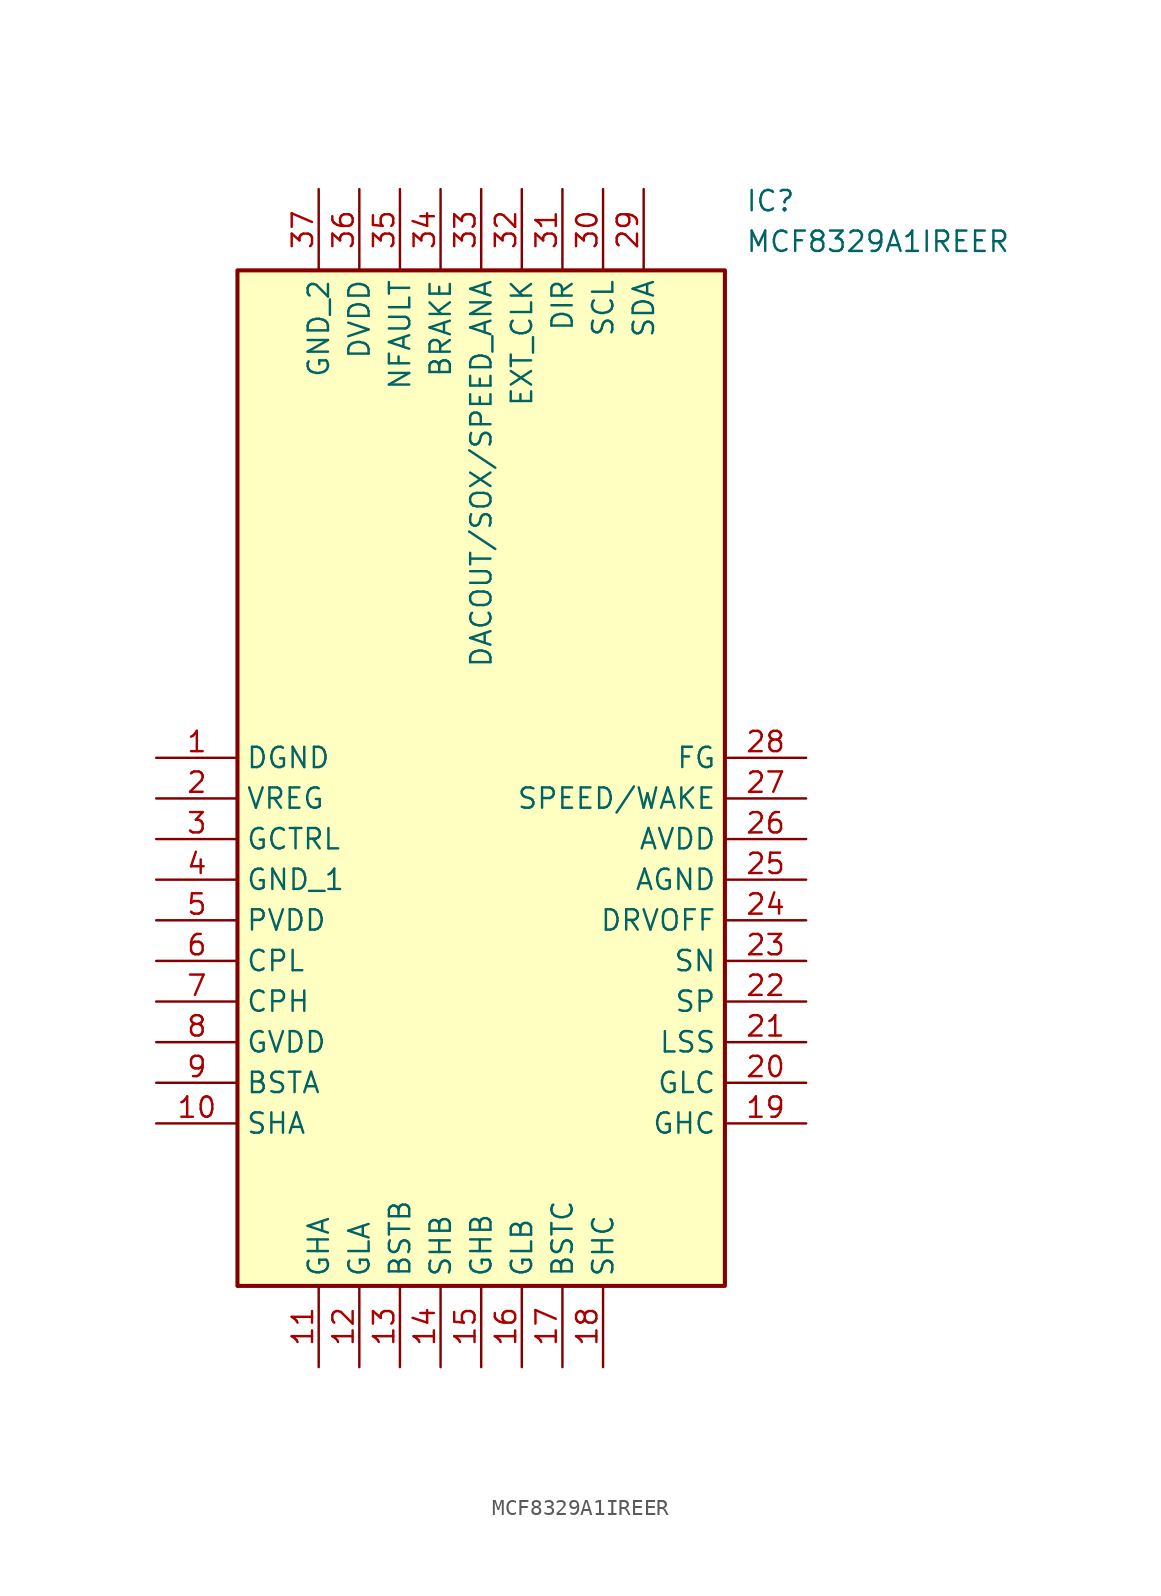
<source format=kicad_sym>
(kicad_symbol_lib
  (version 20211014)
  (generator SamacSys_ECAD_Model)
  (symbol "MCF8329A1IREER"
    (property "Reference" "IC"
      (at 36.83 35.56 0)
      (effects (font (size 1.27 1.27)) (justify left top)))
    (property "Value" "MCF8329A1IREER"
      (at 36.83 33.02 0)
      (effects (font (size 1.27 1.27)) (justify left top)))
    (rectangle
      (start 5.08 30.48)
      (end 35.56 -33.02)
      (stroke (width 0.254) (type default))
      (fill (type background)))
    (pin passive line
      (at 0 0 0)
      (length 5.08)
      (name "DGND" (effects (font (size 1.27 1.27))))
      (number "1" (effects (font (size 1.27 1.27)))))
    (pin passive line
      (at 0 -2.54 0)
      (length 5.08)
      (name "VREG" (effects (font (size 1.27 1.27))))
      (number "2" (effects (font (size 1.27 1.27)))))
    (pin passive line
      (at 0 -5.08 0)
      (length 5.08)
      (name "GCTRL" (effects (font (size 1.27 1.27))))
      (number "3" (effects (font (size 1.27 1.27)))))
    (pin passive line
      (at 0 -7.62 0)
      (length 5.08)
      (name "GND_1" (effects (font (size 1.27 1.27))))
      (number "4" (effects (font (size 1.27 1.27)))))
    (pin passive line
      (at 0 -10.16 0)
      (length 5.08)
      (name "PVDD" (effects (font (size 1.27 1.27))))
      (number "5" (effects (font (size 1.27 1.27)))))
    (pin passive line
      (at 0 -12.7 0)
      (length 5.08)
      (name "CPL" (effects (font (size 1.27 1.27))))
      (number "6" (effects (font (size 1.27 1.27)))))
    (pin passive line
      (at 0 -15.24 0)
      (length 5.08)
      (name "CPH" (effects (font (size 1.27 1.27))))
      (number "7" (effects (font (size 1.27 1.27)))))
    (pin passive line
      (at 0 -17.78 0)
      (length 5.08)
      (name "GVDD" (effects (font (size 1.27 1.27))))
      (number "8" (effects (font (size 1.27 1.27)))))
    (pin passive line
      (at 0 -20.32 0)
      (length 5.08)
      (name "BSTA" (effects (font (size 1.27 1.27))))
      (number "9" (effects (font (size 1.27 1.27)))))
    (pin passive line
      (at 0 -22.86 0)
      (length 5.08)
      (name "SHA" (effects (font (size 1.27 1.27))))
      (number "10" (effects (font (size 1.27 1.27)))))
    (pin passive line
      (at 10.16 -38.1 90)
      (length 5.08)
      (name "GHA" (effects (font (size 1.27 1.27))))
      (number "11" (effects (font (size 1.27 1.27)))))
    (pin passive line
      (at 12.7 -38.1 90)
      (length 5.08)
      (name "GLA" (effects (font (size 1.27 1.27))))
      (number "12" (effects (font (size 1.27 1.27)))))
    (pin passive line
      (at 15.24 -38.1 90)
      (length 5.08)
      (name "BSTB" (effects (font (size 1.27 1.27))))
      (number "13" (effects (font (size 1.27 1.27)))))
    (pin passive line
      (at 17.78 -38.1 90)
      (length 5.08)
      (name "SHB" (effects (font (size 1.27 1.27))))
      (number "14" (effects (font (size 1.27 1.27)))))
    (pin passive line
      (at 20.32 -38.1 90)
      (length 5.08)
      (name "GHB" (effects (font (size 1.27 1.27))))
      (number "15" (effects (font (size 1.27 1.27)))))
    (pin passive line
      (at 22.86 -38.1 90)
      (length 5.08)
      (name "GLB" (effects (font (size 1.27 1.27))))
      (number "16" (effects (font (size 1.27 1.27)))))
    (pin passive line
      (at 25.4 -38.1 90)
      (length 5.08)
      (name "BSTC" (effects (font (size 1.27 1.27))))
      (number "17" (effects (font (size 1.27 1.27)))))
    (pin passive line
      (at 27.94 -38.1 90)
      (length 5.08)
      (name "SHC" (effects (font (size 1.27 1.27))))
      (number "18" (effects (font (size 1.27 1.27)))))
    (pin passive line
      (at 40.64 0 180)
      (length 5.08)
      (name "FG" (effects (font (size 1.27 1.27))))
      (number "28" (effects (font (size 1.27 1.27)))))
    (pin passive line
      (at 40.64 -2.54 180)
      (length 5.08)
      (name "SPEED/WAKE" (effects (font (size 1.27 1.27))))
      (number "27" (effects (font (size 1.27 1.27)))))
    (pin passive line
      (at 40.64 -5.08 180)
      (length 5.08)
      (name "AVDD" (effects (font (size 1.27 1.27))))
      (number "26" (effects (font (size 1.27 1.27)))))
    (pin passive line
      (at 40.64 -7.62 180)
      (length 5.08)
      (name "AGND" (effects (font (size 1.27 1.27))))
      (number "25" (effects (font (size 1.27 1.27)))))
    (pin passive line
      (at 40.64 -10.16 180)
      (length 5.08)
      (name "DRVOFF" (effects (font (size 1.27 1.27))))
      (number "24" (effects (font (size 1.27 1.27)))))
    (pin passive line
      (at 40.64 -12.7 180)
      (length 5.08)
      (name "SN" (effects (font (size 1.27 1.27))))
      (number "23" (effects (font (size 1.27 1.27)))))
    (pin passive line
      (at 40.64 -15.24 180)
      (length 5.08)
      (name "SP" (effects (font (size 1.27 1.27))))
      (number "22" (effects (font (size 1.27 1.27)))))
    (pin passive line
      (at 40.64 -17.78 180)
      (length 5.08)
      (name "LSS" (effects (font (size 1.27 1.27))))
      (number "21" (effects (font (size 1.27 1.27)))))
    (pin passive line
      (at 40.64 -20.32 180)
      (length 5.08)
      (name "GLC" (effects (font (size 1.27 1.27))))
      (number "20" (effects (font (size 1.27 1.27)))))
    (pin passive line
      (at 40.64 -22.86 180)
      (length 5.08)
      (name "GHC" (effects (font (size 1.27 1.27))))
      (number "19" (effects (font (size 1.27 1.27)))))
    (pin passive line
      (at 10.16 35.56 270)
      (length 5.08)
      (name "GND_2" (effects (font (size 1.27 1.27))))
      (number "37" (effects (font (size 1.27 1.27)))))
    (pin passive line
      (at 12.7 35.56 270)
      (length 5.08)
      (name "DVDD" (effects (font (size 1.27 1.27))))
      (number "36" (effects (font (size 1.27 1.27)))))
    (pin passive line
      (at 15.24 35.56 270)
      (length 5.08)
      (name "NFAULT" (effects (font (size 1.27 1.27))))
      (number "35" (effects (font (size 1.27 1.27)))))
    (pin passive line
      (at 17.78 35.56 270)
      (length 5.08)
      (name "BRAKE" (effects (font (size 1.27 1.27))))
      (number "34" (effects (font (size 1.27 1.27)))))
    (pin passive line
      (at 20.32 35.56 270)
      (length 5.08)
      (name "DACOUT/SOX/SPEED_ANA" (effects (font (size 1.27 1.27))))
      (number "33" (effects (font (size 1.27 1.27)))))
    (pin passive line
      (at 22.86 35.56 270)
      (length 5.08)
      (name "EXT_CLK" (effects (font (size 1.27 1.27))))
      (number "32" (effects (font (size 1.27 1.27)))))
    (pin passive line
      (at 25.4 35.56 270)
      (length 5.08)
      (name "DIR" (effects (font (size 1.27 1.27))))
      (number "31" (effects (font (size 1.27 1.27)))))
    (pin passive line
      (at 27.94 35.56 270)
      (length 5.08)
      (name "SCL" (effects (font (size 1.27 1.27))))
      (number "30" (effects (font (size 1.27 1.27)))))
    (pin passive line
      (at 30.48 35.56 270)
      (length 5.08)
      (name "SDA" (effects (font (size 1.27 1.27))))
      (number "29" (effects (font (size 1.27 1.27)))))))
</source>
